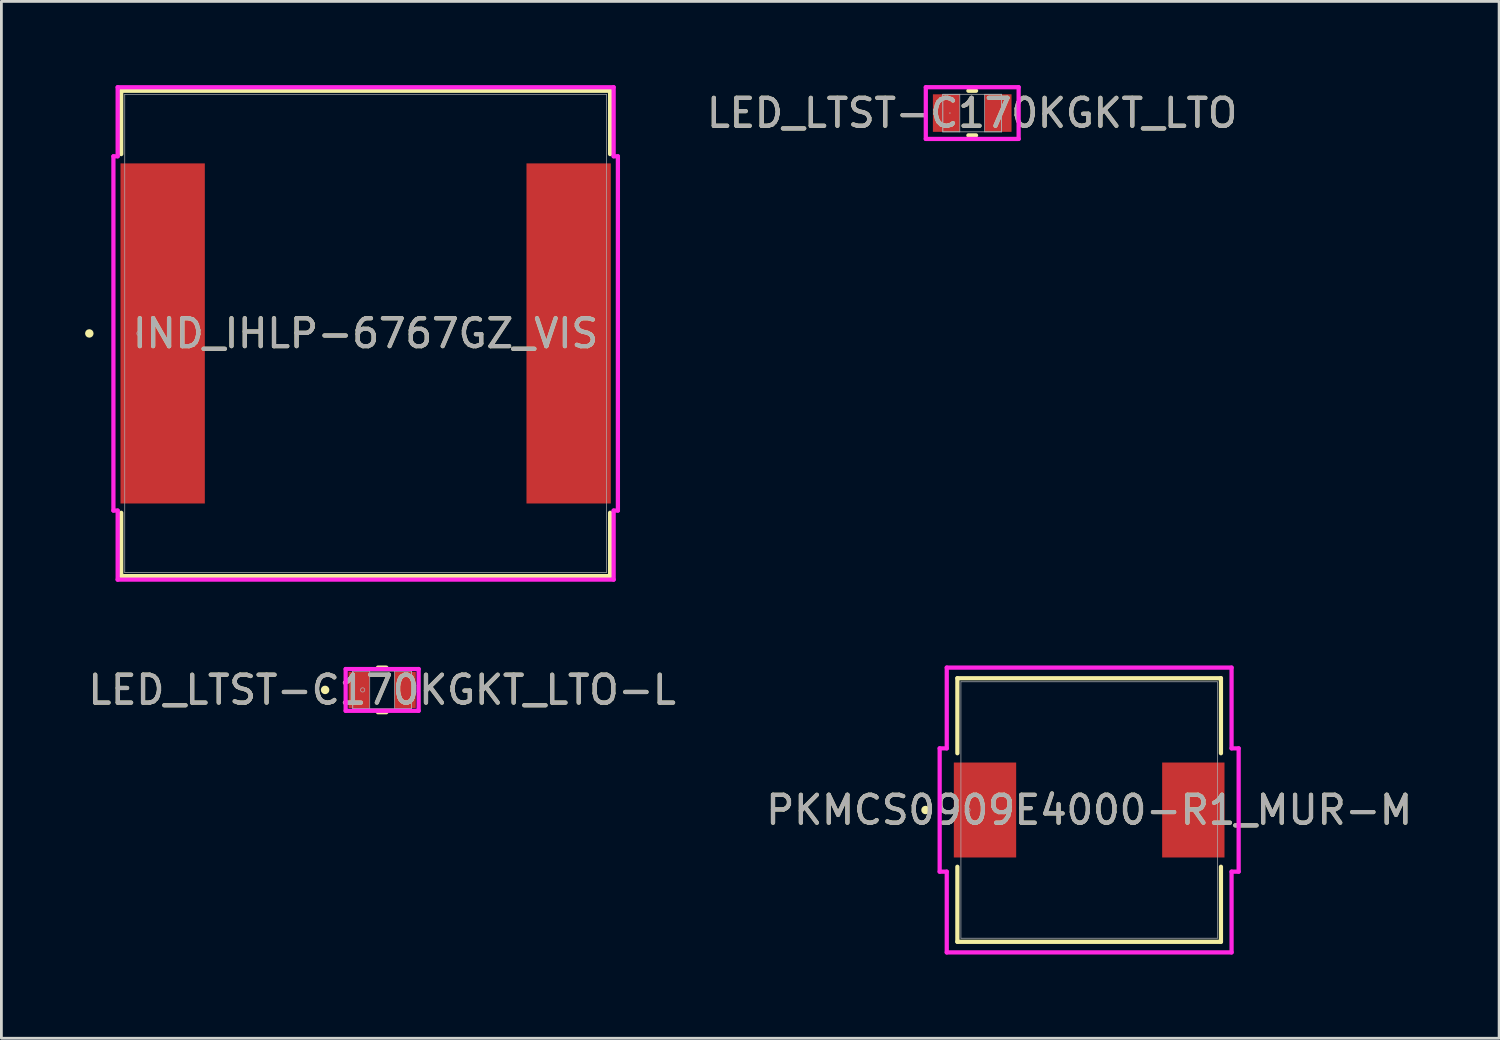
<source format=kicad_pcb>
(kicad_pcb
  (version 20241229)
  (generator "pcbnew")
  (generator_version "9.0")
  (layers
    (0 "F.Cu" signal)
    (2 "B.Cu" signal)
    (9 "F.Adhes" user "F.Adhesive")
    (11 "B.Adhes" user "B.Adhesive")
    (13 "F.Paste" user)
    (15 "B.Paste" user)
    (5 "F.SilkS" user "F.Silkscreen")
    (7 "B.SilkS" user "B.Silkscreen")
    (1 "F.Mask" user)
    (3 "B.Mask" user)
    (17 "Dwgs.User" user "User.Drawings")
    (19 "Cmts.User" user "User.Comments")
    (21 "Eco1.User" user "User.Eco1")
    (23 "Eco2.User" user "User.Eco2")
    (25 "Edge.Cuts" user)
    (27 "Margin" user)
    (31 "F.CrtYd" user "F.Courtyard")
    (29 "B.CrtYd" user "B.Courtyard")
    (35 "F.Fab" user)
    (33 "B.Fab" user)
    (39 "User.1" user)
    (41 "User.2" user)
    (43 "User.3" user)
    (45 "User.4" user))
  (footprint "PKMCS0909E4000-R1_MUR-M"
    (layer "F.Cu")
    (at 35.994 25.987)
    (property "Reference" "PKMCS0909E4000-R1_MUR-M" (at 0 0 0) (unlocked yes) (layer "F.SilkS") (effects (font (size 1 1) (thickness 0.15))))
    (attr smd)
    (fp_line (start -4.724 -4.724) (end -4.724 -2.035) (stroke (width 0.152) (type solid)) (layer "F.SilkS"))
    (fp_line (start -4.724 2.035) (end -4.724 4.724) (stroke (width 0.152) (type solid)) (layer "F.SilkS"))
    (fp_line (start -4.724 4.724) (end 4.724 4.724) (stroke (width 0.152) (type solid)) (layer "F.SilkS"))
    (fp_line (start 4.724 -4.724) (end -4.724 -4.724) (stroke (width 0.152) (type solid)) (layer "F.SilkS"))
    (fp_line (start 4.724 -2.035) (end 4.724 -4.724) (stroke (width 0.152) (type solid)) (layer "F.SilkS"))
    (fp_line (start 4.724 4.724) (end 4.724 2.035) (stroke (width 0.152) (type solid)) (layer "F.SilkS"))
    (fp_circle (center -5.867 0) (end -5.791 0) (stroke (width 0.152) (type solid)) (fill no) (layer "F.SilkS"))
    (fp_line (start -5.359 -2.21) (end -5.105 -2.21) (stroke (width 0.152) (type solid)) (layer "F.CrtYd"))
    (fp_line (start -5.359 2.21) (end -5.359 -2.21) (stroke (width 0.152) (type solid)) (layer "F.CrtYd"))
    (fp_line (start -5.105 -5.105) (end 5.105 -5.105) (stroke (width 0.152) (type solid)) (layer "F.CrtYd"))
    (fp_line (start -5.105 -2.21) (end -5.105 -5.105) (stroke (width 0.152) (type solid)) (layer "F.CrtYd"))
    (fp_line (start -5.105 2.21) (end -5.359 2.21) (stroke (width 0.152) (type solid)) (layer "F.CrtYd"))
    (fp_line (start -5.105 5.105) (end -5.105 2.21) (stroke (width 0.152) (type solid)) (layer "F.CrtYd"))
    (fp_line (start 5.105 -5.105) (end 5.105 -2.21) (stroke (width 0.152) (type solid)) (layer "F.CrtYd"))
    (fp_line (start 5.105 -2.21) (end 5.359 -2.21) (stroke (width 0.152) (type solid)) (layer "F.CrtYd"))
    (fp_line (start 5.105 2.21) (end 5.105 5.105) (stroke (width 0.152) (type solid)) (layer "F.CrtYd"))
    (fp_line (start 5.105 5.105) (end -5.105 5.105) (stroke (width 0.152) (type solid)) (layer "F.CrtYd"))
    (fp_line (start 5.359 -2.21) (end 5.359 2.21) (stroke (width 0.152) (type solid)) (layer "F.CrtYd"))
    (fp_line (start 5.359 2.21) (end 5.105 2.21) (stroke (width 0.152) (type solid)) (layer "F.CrtYd"))
    (fp_line (start -4.597 -4.597) (end -4.597 4.597) (stroke (width 0.025) (type solid)) (layer "F.Fab"))
    (fp_line (start -4.597 4.597) (end 4.597 4.597) (stroke (width 0.025) (type solid)) (layer "F.Fab"))
    (fp_line (start 4.597 -4.597) (end -4.597 -4.597) (stroke (width 0.025) (type solid)) (layer "F.Fab"))
    (fp_line (start 4.597 4.597) (end 4.597 -4.597) (stroke (width 0.025) (type solid)) (layer "F.Fab"))
    (fp_circle (center -4.343 0) (end -4.267 0) (stroke (width 0.025) (type solid)) (fill no) (layer "F.Fab"))
    (fp_text user "${REFERENCE}" (at 0 0 0) (unlocked yes) (layer "F.Fab") (effects (font (size 1 1) (thickness 0.15))))
    (pad "1" smd rect (at -3.734 0 90) (size 3.404 2.235) (layers "F.Cu" "F.Mask" "F.Paste"))
    (pad "2" smd rect (at 3.734 0 90) (size 3.404 2.235) (layers "F.Cu" "F.Mask" "F.Paste"))
    (zone (net_name "") (layer "F.Cu") (hatch full 0.508) (connect_pads) (min_thickness 0.254) (filled_areas_thickness no) (keepout (tracks not_allowed) (vias not_allowed) (pads allowed) (copperpour not_allowed) (footprints allowed)) (placement (enabled no)) (fill) (polygon (pts (xy 31.447 21.44) (xy 40.541 21.44) (xy 40.541 24.234) (xy 31.447 24.234))))
    (zone (net_name "") (layer "F.Cu") (hatch full 0.508) (connect_pads) (min_thickness 0.254) (filled_areas_thickness no) (keepout (tracks not_allowed) (vias not_allowed) (pads allowed) (copperpour not_allowed) (footprints allowed)) (placement (enabled no)) (fill) (polygon (pts (xy 31.447 27.74) (xy 40.541 27.74) (xy 40.541 30.534) (xy 31.447 30.534))))
    (zone (net_name "") (layer "F.Cu") (hatch full 0.508) (connect_pads) (min_thickness 0.254) (filled_areas_thickness no) (keepout (tracks not_allowed) (vias not_allowed) (pads allowed) (copperpour not_allowed) (footprints allowed)) (placement (enabled no)) (fill) (polygon (pts (xy 33.429 24.234) (xy 38.559 24.234) (xy 38.559 27.74) (xy 33.429 27.74)))))
  (footprint "LED_LTST-C170KGKT_LTO-L"
    (layer "F.Cu")
    (at 10.649 21.682)
    (property "Reference" "LED_LTST-C170KGKT_LTO-L" (at 0 0 0) (unlocked yes) (layer "F.SilkS") (effects (font (size 1 1) (thickness 0.15))))
    (attr smd)
    (fp_line (start -0.149 0.8) (end 0.149 0.8) (stroke (width 0.152) (type solid)) (layer "F.SilkS"))
    (fp_line (start 0.149 -0.8) (end -0.149 -0.8) (stroke (width 0.152) (type solid)) (layer "F.SilkS"))
    (fp_circle (center -2.045 0) (end -1.968 0) (stroke (width 0.152) (type solid)) (fill no) (layer "F.SilkS"))
    (fp_line (start -1.308 -0.749) (end 1.308 -0.749) (stroke (width 0.152) (type solid)) (layer "F.CrtYd"))
    (fp_line (start -1.308 0.749) (end -1.308 -0.749) (stroke (width 0.152) (type solid)) (layer "F.CrtYd"))
    (fp_line (start 1.308 -0.749) (end 1.308 0.749) (stroke (width 0.152) (type solid)) (layer "F.CrtYd"))
    (fp_line (start 1.308 0.749) (end -1.308 0.749) (stroke (width 0.152) (type solid)) (layer "F.CrtYd"))
    (fp_line (start -1.054 -0.673) (end -1.054 0.673) (stroke (width 0.025) (type solid)) (layer "F.Fab"))
    (fp_line (start -1.054 -0.673) (end -1.054 0.673) (stroke (width 0.025) (type solid)) (layer "F.Fab"))
    (fp_line (start -1.054 0.673) (end -0.445 0.673) (stroke (width 0.025) (type solid)) (layer "F.Fab"))
    (fp_line (start -1.054 0.673) (end 1.054 0.673) (stroke (width 0.025) (type solid)) (layer "F.Fab"))
    (fp_line (start -0.445 -0.673) (end -1.054 -0.673) (stroke (width 0.025) (type solid)) (layer "F.Fab"))
    (fp_line (start -0.445 0.673) (end -0.445 -0.673) (stroke (width 0.025) (type solid)) (layer "F.Fab"))
    (fp_line (start 0.445 -0.673) (end 0.445 0.673) (stroke (width 0.025) (type solid)) (layer "F.Fab"))
    (fp_line (start 0.445 0.673) (end 1.054 0.673) (stroke (width 0.025) (type solid)) (layer "F.Fab"))
    (fp_line (start 1.054 -0.673) (end -1.054 -0.673) (stroke (width 0.025) (type solid)) (layer "F.Fab"))
    (fp_line (start 1.054 -0.673) (end 0.445 -0.673) (stroke (width 0.025) (type solid)) (layer "F.Fab"))
    (fp_line (start 1.054 0.673) (end 1.054 -0.673) (stroke (width 0.025) (type solid)) (layer "F.Fab"))
    (fp_line (start 1.054 0.673) (end 1.054 -0.673) (stroke (width 0.025) (type solid)) (layer "F.Fab"))
    (fp_circle (center -0.699 0) (end -0.622 0) (stroke (width 0.025) (type solid)) (fill no) (layer "F.Fab"))
    (fp_text user "${REFERENCE}" (at 0 0 0) (unlocked yes) (layer "F.Fab") (effects (font (size 1 1) (thickness 0.15))))
    (pad "1" smd rect (at -0.826 0) (size 0.762 1.295) (layers "F.Cu" "F.Mask" "F.Paste"))
    (pad "2" smd rect (at 0.826 0) (size 0.762 1.295) (layers "F.Cu" "F.Mask" "F.Paste"))
    (zone (net_name "") (layer "F.Cu") (hatch full 0.508) (connect_pads) (min_thickness 0.254) (filled_areas_thickness no) (keepout (tracks not_allowed) (vias not_allowed) (pads allowed) (copperpour not_allowed) (footprints allowed)) (placement (enabled no)) (fill) (polygon (pts (xy 10.255 21.059) (xy 11.043 21.059) (xy 11.043 22.304) (xy 10.255 22.304)))))
  (footprint "LED_LTST-C170KGKT_LTO"
    (layer "F.Cu")
    (at 31.802 1.003)
    (property "Reference" "LED_LTST-C170KGKT_LTO" (at 0 0 0) (unlocked yes) (layer "F.SilkS") (effects (font (size 1 1) (thickness 0.15))))
    (attr smd)
    (fp_line (start -0.137 0.8) (end 0.137 0.8) (stroke (width 0.152) (type solid)) (layer "F.SilkS"))
    (fp_line (start 0.137 -0.8) (end -0.137 -0.8) (stroke (width 0.152) (type solid)) (layer "F.SilkS"))
    (fp_line (start -1.664 -0.927) (end 1.664 -0.927) (stroke (width 0.152) (type solid)) (layer "F.CrtYd"))
    (fp_line (start -1.664 0.927) (end -1.664 -0.927) (stroke (width 0.152) (type solid)) (layer "F.CrtYd"))
    (fp_line (start 1.664 -0.927) (end 1.664 0.927) (stroke (width 0.152) (type solid)) (layer "F.CrtYd"))
    (fp_line (start 1.664 0.927) (end -1.664 0.927) (stroke (width 0.152) (type solid)) (layer "F.CrtYd"))
    (fp_line (start -1.054 -0.673) (end -1.054 0.673) (stroke (width 0.025) (type solid)) (layer "F.Fab"))
    (fp_line (start -1.054 -0.673) (end -1.054 0.673) (stroke (width 0.025) (type solid)) (layer "F.Fab"))
    (fp_line (start -1.054 0.673) (end -0.445 0.673) (stroke (width 0.025) (type solid)) (layer "F.Fab"))
    (fp_line (start -1.054 0.673) (end 1.054 0.673) (stroke (width 0.025) (type solid)) (layer "F.Fab"))
    (fp_line (start -0.445 -0.673) (end -1.054 -0.673) (stroke (width 0.025) (type solid)) (layer "F.Fab"))
    (fp_line (start -0.445 0.673) (end -0.445 -0.673) (stroke (width 0.025) (type solid)) (layer "F.Fab"))
    (fp_line (start 0.445 -0.673) (end 0.445 0.673) (stroke (width 0.025) (type solid)) (layer "F.Fab"))
    (fp_line (start 0.445 0.673) (end 1.054 0.673) (stroke (width 0.025) (type solid)) (layer "F.Fab"))
    (fp_line (start 1.054 -0.673) (end -1.054 -0.673) (stroke (width 0.025) (type solid)) (layer "F.Fab"))
    (fp_line (start 1.054 -0.673) (end 0.445 -0.673) (stroke (width 0.025) (type solid)) (layer "F.Fab"))
    (fp_line (start 1.054 0.673) (end 1.054 -0.673) (stroke (width 0.025) (type solid)) (layer "F.Fab"))
    (fp_line (start 1.054 0.673) (end 1.054 -0.673) (stroke (width 0.025) (type solid)) (layer "F.Fab"))
    (fp_circle (center -0.8 0) (end -0.8 0) (stroke (width 0.025) (type solid)) (fill no) (layer "F.Fab"))
    (fp_text user "${REFERENCE}" (at 0 0 0) (unlocked yes) (layer "F.Fab") (effects (font (size 1 1) (thickness 0.15))))
    (pad "1" smd rect (at -0.927 0) (size 0.965 1.346) (layers "F.Cu" "F.Mask" "F.Paste"))
    (pad "2" smd rect (at 0.927 0) (size 0.965 1.346) (layers "F.Cu" "F.Mask" "F.Paste"))
    (zone (net_name "") (layer "F.Cu") (hatch full 0.508) (connect_pads) (min_thickness 0.254) (filled_areas_thickness no) (keepout (tracks not_allowed) (vias not_allowed) (pads allowed) (copperpour not_allowed) (footprints allowed)) (placement (enabled no)) (fill) (polygon (pts (xy 31.408 0.381) (xy 32.196 0.381) (xy 32.196 1.626) (xy 31.408 1.626)))))
  (footprint "IND_IHLP-6767GZ_VIS"
    (layer "F.Cu")
    (at 10.058 8.903)
    (property "Reference" "IND_IHLP-6767GZ_VIS" (at 0 0 0) (unlocked yes) (layer "F.SilkS") (effects (font (size 1 1) (thickness 0.15))))
    (attr smd)
    (fp_line (start -8.763 -8.7) (end -8.763 -6.429) (stroke (width 0.152) (type solid)) (layer "F.SilkS"))
    (fp_line (start -8.763 6.429) (end -8.763 8.7) (stroke (width 0.152) (type solid)) (layer "F.SilkS"))
    (fp_line (start -8.763 8.7) (end 8.763 8.7) (stroke (width 0.152) (type solid)) (layer "F.SilkS"))
    (fp_line (start 8.763 -8.7) (end -8.763 -8.7) (stroke (width 0.152) (type solid)) (layer "F.SilkS"))
    (fp_line (start 8.763 -6.429) (end 8.763 -8.7) (stroke (width 0.152) (type solid)) (layer "F.SilkS"))
    (fp_line (start 8.763 8.7) (end 8.763 6.429) (stroke (width 0.152) (type solid)) (layer "F.SilkS"))
    (fp_circle (center -9.906 0) (end -9.83 0) (stroke (width 0.152) (type solid)) (fill no) (layer "F.SilkS"))
    (fp_line (start -9.042 -6.35) (end -8.89 -6.35) (stroke (width 0.152) (type solid)) (layer "F.CrtYd"))
    (fp_line (start -9.042 6.35) (end -9.042 -6.35) (stroke (width 0.152) (type solid)) (layer "F.CrtYd"))
    (fp_line (start -8.89 -8.826) (end 8.89 -8.826) (stroke (width 0.152) (type solid)) (layer "F.CrtYd"))
    (fp_line (start -8.89 -6.35) (end -8.89 -8.826) (stroke (width 0.152) (type solid)) (layer "F.CrtYd"))
    (fp_line (start -8.89 6.35) (end -9.042 6.35) (stroke (width 0.152) (type solid)) (layer "F.CrtYd"))
    (fp_line (start -8.89 8.826) (end -8.89 6.35) (stroke (width 0.152) (type solid)) (layer "F.CrtYd"))
    (fp_line (start 8.89 -8.826) (end 8.89 -6.35) (stroke (width 0.152) (type solid)) (layer "F.CrtYd"))
    (fp_line (start 8.89 -6.35) (end 9.042 -6.35) (stroke (width 0.152) (type solid)) (layer "F.CrtYd"))
    (fp_line (start 8.89 6.35) (end 8.89 8.826) (stroke (width 0.152) (type solid)) (layer "F.CrtYd"))
    (fp_line (start 8.89 8.826) (end -8.89 8.826) (stroke (width 0.152) (type solid)) (layer "F.CrtYd"))
    (fp_line (start 9.042 -6.35) (end 9.042 6.35) (stroke (width 0.152) (type solid)) (layer "F.CrtYd"))
    (fp_line (start 9.042 6.35) (end 8.89 6.35) (stroke (width 0.152) (type solid)) (layer "F.CrtYd"))
    (fp_line (start -8.636 -8.572) (end -8.636 8.572) (stroke (width 0.025) (type solid)) (layer "F.Fab"))
    (fp_line (start -8.636 8.572) (end 8.636 8.572) (stroke (width 0.025) (type solid)) (layer "F.Fab"))
    (fp_line (start 8.636 -8.572) (end -8.636 -8.572) (stroke (width 0.025) (type solid)) (layer "F.Fab"))
    (fp_line (start 8.636 8.572) (end 8.636 -8.572) (stroke (width 0.025) (type solid)) (layer "F.Fab"))
    (fp_circle (center -8.128 0) (end -8.052 0) (stroke (width 0.025) (type solid)) (fill no) (layer "F.Fab"))
    (fp_text user "${REFERENCE}" (at 0 0 0) (unlocked yes) (layer "F.Fab") (effects (font (size 1 1) (thickness 0.15))))
    (pad "1" smd rect (at -7.277 0 90) (size 12.192 3.023) (layers "F.Cu" "F.Mask" "F.Paste"))
    (pad "2" smd rect (at 7.277 0 90) (size 12.192 3.023) (layers "F.Cu" "F.Mask" "F.Paste"))
    (zone (net_name "") (layer "F.Cu") (hatch full 0.508) (connect_pads) (min_thickness 0.254) (filled_areas_thickness no) (keepout (tracks not_allowed) (vias not_allowed) (pads allowed) (copperpour not_allowed) (footprints allowed)) (placement (enabled no)) (fill) (polygon (pts (xy 1.473 0.381) (xy 18.644 0.381) (xy 18.644 2.756) (xy 1.473 2.756))))
    (zone (net_name "") (layer "F.Cu") (hatch full 0.508) (connect_pads) (min_thickness 0.254) (filled_areas_thickness no) (keepout (tracks not_allowed) (vias not_allowed) (pads allowed) (copperpour not_allowed) (footprints allowed)) (placement (enabled no)) (fill) (polygon (pts (xy 1.473 15.05) (xy 18.644 15.05) (xy 18.644 17.424) (xy 1.473 17.424))))
    (zone (net_name "") (layer "F.Cu") (hatch full 0.508) (connect_pads) (min_thickness 0.254) (filled_areas_thickness no) (keepout (tracks not_allowed) (vias not_allowed) (pads allowed) (copperpour not_allowed) (footprints allowed)) (placement (enabled no)) (fill) (polygon (pts (xy 4.343 2.756) (xy 15.773 2.756) (xy 15.773 15.05) (xy 4.343 15.05)))))
  (gr_rect
    (start -3 -3)
    (end 50.69 34.169)
    (stroke (width 0.1) (type default))
    (fill no)
    (layer "Edge.Cuts")))
</source>
